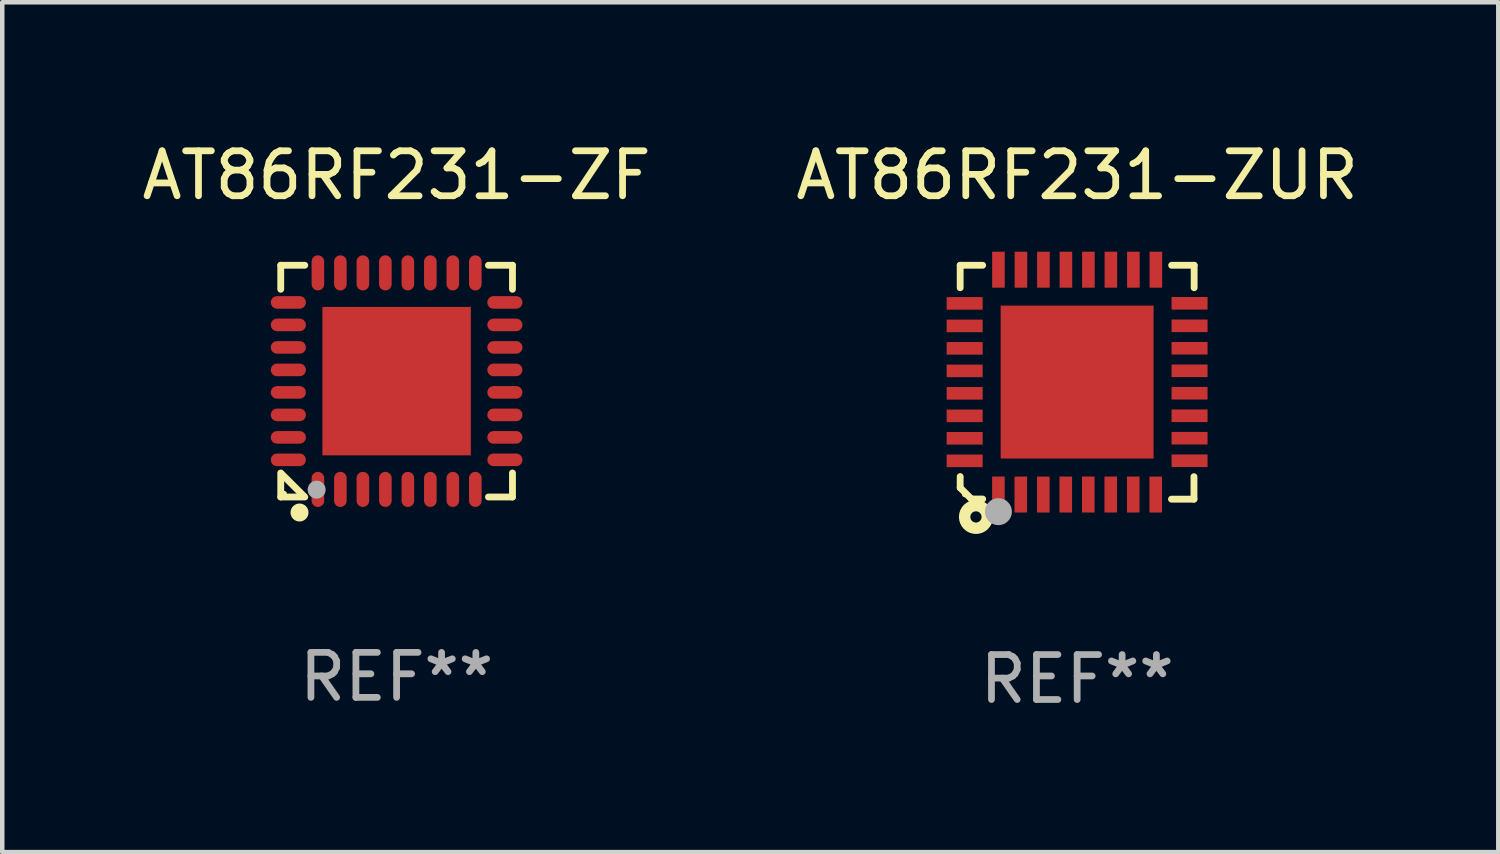
<source format=kicad_pcb>
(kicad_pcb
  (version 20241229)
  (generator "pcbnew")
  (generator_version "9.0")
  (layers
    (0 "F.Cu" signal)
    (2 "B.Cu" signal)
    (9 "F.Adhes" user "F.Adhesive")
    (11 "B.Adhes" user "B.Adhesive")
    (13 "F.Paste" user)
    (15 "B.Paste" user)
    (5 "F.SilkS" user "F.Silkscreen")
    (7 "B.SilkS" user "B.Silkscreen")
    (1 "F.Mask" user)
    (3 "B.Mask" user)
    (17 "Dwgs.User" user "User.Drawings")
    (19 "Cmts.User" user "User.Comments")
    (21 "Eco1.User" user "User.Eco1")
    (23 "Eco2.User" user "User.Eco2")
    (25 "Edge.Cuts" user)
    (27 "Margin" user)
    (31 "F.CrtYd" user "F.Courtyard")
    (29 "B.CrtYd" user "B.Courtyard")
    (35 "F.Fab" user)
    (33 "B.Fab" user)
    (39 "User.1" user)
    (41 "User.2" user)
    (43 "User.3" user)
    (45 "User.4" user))
  (footprint "AT86RF231-ZUR"
    (layer "F.Cu")
    (at 20.899 5.448)
    (property "Reference" "AT86RF231-ZUR" (at 0 -4.6 0) (layer "F.SilkS") (effects (font (size 1 1) (thickness 0.15))))
    (attr through_hole)
    (fp_line (start -2.601 2.097) (end -2.601 2.347) (stroke (width 0.152) (type solid)) (layer "F.SilkS"))
    (fp_line (start -2.601 2.347) (end -2.351 2.597) (stroke (width 0.152) (type solid)) (layer "F.SilkS"))
    (fp_line (start -2.601 -2.6) (end -2.601 -2.1) (stroke (width 0.152) (type solid)) (layer "F.SilkS"))
    (fp_line (start -2.601 -2.6) (end -2.101 -2.6) (stroke (width 0.152) (type solid)) (layer "F.SilkS"))
    (fp_line (start -2.351 2.597) (end -2.101 2.597) (stroke (width 0.152) (type solid)) (layer "F.SilkS"))
    (fp_line (start 2.597 2.6) (end 2.097 2.6) (stroke (width 0.152) (type solid)) (layer "F.SilkS"))
    (fp_line (start 2.597 2.6) (end 2.597 2.1) (stroke (width 0.152) (type solid)) (layer "F.SilkS"))
    (fp_line (start 2.601 -2.6) (end 2.101 -2.6) (stroke (width 0.152) (type solid)) (layer "F.SilkS"))
    (fp_line (start 2.601 -2.6) (end 2.601 -2.1) (stroke (width 0.152) (type solid)) (layer "F.SilkS"))
    (fp_circle (center -2.501 2.497) (end -2.471 2.497) (stroke (width 0.06) (type solid)) (fill no) (layer "F.SilkS"))
    (fp_circle (center -2.25 2.995) (end -2.125 2.995) (stroke (width 0.254) (type solid)) (fill no) (layer "F.SilkS"))
    (fp_circle (center -1.751 2.878) (end -1.601 2.878) (stroke (width 0.3) (type solid)) (fill no) (layer "F.Fab"))
    (fp_text user "REF**" (at 0 6.6 0) (layer "F.Fab") (effects (font (size 1 1) (thickness 0.15))))
    (pad "1" smd rect (at -1.751 2.497) (size 0.28 0.8) (layers "F.Cu" "F.Mask" "F.Paste"))
    (pad "2" smd rect (at -1.253 2.497) (size 0.28 0.8) (layers "F.Cu" "F.Mask" "F.Paste"))
    (pad "3" smd rect (at -0.753 2.497) (size 0.28 0.8) (layers "F.Cu" "F.Mask" "F.Paste"))
    (pad "4" smd rect (at -0.253 2.497) (size 0.28 0.8) (layers "F.Cu" "F.Mask" "F.Paste"))
    (pad "5" smd rect (at 0.247 2.497) (size 0.28 0.8) (layers "F.Cu" "F.Mask" "F.Paste"))
    (pad "6" smd rect (at 0.747 2.497) (size 0.28 0.8) (layers "F.Cu" "F.Mask" "F.Paste"))
    (pad "7" smd rect (at 1.247 2.497) (size 0.28 0.8) (layers "F.Cu" "F.Mask" "F.Paste"))
    (pad "8" smd rect (at 1.747 2.497) (size 0.28 0.8) (layers "F.Cu" "F.Mask" "F.Paste"))
    (pad "9" smd rect (at 2.499 1.746) (size 0.8 0.28) (layers "F.Cu" "F.Mask" "F.Paste"))
    (pad "10" smd rect (at 2.499 1.245) (size 0.8 0.28) (layers "F.Cu" "F.Mask" "F.Paste"))
    (pad "11" smd rect (at 2.499 0.746) (size 0.8 0.28) (layers "F.Cu" "F.Mask" "F.Paste"))
    (pad "12" smd rect (at 2.499 0.245) (size 0.8 0.28) (layers "F.Cu" "F.Mask" "F.Paste"))
    (pad "13" smd rect (at 2.499 -0.254) (size 0.8 0.28) (layers "F.Cu" "F.Mask" "F.Paste"))
    (pad "14" smd rect (at 2.499 -0.755) (size 0.8 0.28) (layers "F.Cu" "F.Mask" "F.Paste"))
    (pad "15" smd rect (at 2.499 -1.254) (size 0.8 0.28) (layers "F.Cu" "F.Mask" "F.Paste"))
    (pad "16" smd rect (at 2.499 -1.755) (size 0.8 0.28) (layers "F.Cu" "F.Mask" "F.Paste"))
    (pad "17" smd rect (at 1.75 -2.502) (size 0.28 0.8) (layers "F.Cu" "F.Mask" "F.Paste"))
    (pad "18" smd rect (at 1.25 -2.502) (size 0.28 0.8) (layers "F.Cu" "F.Mask" "F.Paste"))
    (pad "19" smd rect (at 0.75 -2.502) (size 0.28 0.8) (layers "F.Cu" "F.Mask" "F.Paste"))
    (pad "20" smd rect (at 0.25 -2.502) (size 0.28 0.8) (layers "F.Cu" "F.Mask" "F.Paste"))
    (pad "21" smd rect (at -0.25 -2.502) (size 0.28 0.8) (layers "F.Cu" "F.Mask" "F.Paste"))
    (pad "22" smd rect (at -0.75 -2.502) (size 0.28 0.8) (layers "F.Cu" "F.Mask" "F.Paste"))
    (pad "23" smd rect (at -1.25 -2.502) (size 0.28 0.8) (layers "F.Cu" "F.Mask" "F.Paste"))
    (pad "24" smd rect (at -1.75 -2.502) (size 0.28 0.8) (layers "F.Cu" "F.Mask" "F.Paste"))
    (pad "25" smd rect (at -2.501 -1.753) (size 0.8 0.28) (layers "F.Cu" "F.Mask" "F.Paste"))
    (pad "26" smd rect (at -2.501 -1.252) (size 0.8 0.28) (layers "F.Cu" "F.Mask" "F.Paste"))
    (pad "27" smd rect (at -2.501 -0.753) (size 0.8 0.28) (layers "F.Cu" "F.Mask" "F.Paste"))
    (pad "28" smd rect (at -2.501 -0.252) (size 0.8 0.28) (layers "F.Cu" "F.Mask" "F.Paste"))
    (pad "29" smd rect (at -2.501 0.247) (size 0.8 0.28) (layers "F.Cu" "F.Mask" "F.Paste"))
    (pad "30" smd rect (at -2.501 0.748) (size 0.8 0.28) (layers "F.Cu" "F.Mask" "F.Paste"))
    (pad "31" smd rect (at -2.501 1.247) (size 0.8 0.28) (layers "F.Cu" "F.Mask" "F.Paste"))
    (pad "32" smd rect (at -2.501 1.748) (size 0.8 0.28) (layers "F.Cu" "F.Mask" "F.Paste"))
    (pad "33" smd rect (at -0.001 -0.003 180) (size 3.4 3.4) (layers "F.Cu" "F.Mask" "F.Paste")))
  (footprint "AT86RF231-ZF"
    (layer "F.Cu")
    (at 5.768 5.424)
    (property "Reference" "AT86RF231-ZF" (at 0 -4.576 0) (layer "F.SilkS") (effects (font (size 1 1) (thickness 0.15))))
    (attr through_hole)
    (fp_line (start -2.576 -2.576) (end -2.576 -2.042) (stroke (width 0.152) (type solid)) (layer "F.SilkS"))
    (fp_line (start -2.576 2.576) (end -2.576 2.042) (stroke (width 0.152) (type solid)) (layer "F.SilkS"))
    (fp_line (start -2.549 2.069) (end -2.069 2.549) (stroke (width 0.152) (type solid)) (layer "F.SilkS"))
    (fp_line (start -2.042 -2.576) (end -2.576 -2.576) (stroke (width 0.152) (type solid)) (layer "F.SilkS"))
    (fp_line (start -2.042 2.576) (end -2.576 2.576) (stroke (width 0.152) (type solid)) (layer "F.SilkS"))
    (fp_line (start 2.042 -2.576) (end 2.576 -2.576) (stroke (width 0.152) (type solid)) (layer "F.SilkS"))
    (fp_line (start 2.042 2.576) (end 2.576 2.576) (stroke (width 0.152) (type solid)) (layer "F.SilkS"))
    (fp_line (start 2.576 -2.576) (end 2.576 -2.042) (stroke (width 0.152) (type solid)) (layer "F.SilkS"))
    (fp_line (start 2.576 2.576) (end 2.576 2.042) (stroke (width 0.152) (type solid)) (layer "F.SilkS"))
    (fp_circle (center -2.5 2.5) (end -2.47 2.5) (stroke (width 0.06) (type solid)) (fill no) (layer "F.SilkS"))
    (fp_circle (center -2.159 2.921) (end -2.059 2.921) (stroke (width 0.2) (type solid)) (fill no) (layer "F.SilkS"))
    (fp_circle (center -1.778 2.413) (end -1.678 2.413) (stroke (width 0.2) (type solid)) (fill no) (layer "F.Fab"))
    (fp_text user "REF**" (at 0 6.576 0) (layer "F.Fab") (effects (font (size 1 1) (thickness 0.15))))
    (pad "1" smd oval (at -1.75 2.407 90) (size 0.78 0.28) (layers "F.Cu" "F.Mask" "F.Paste"))
    (pad "2" smd oval (at -1.25 2.407 90) (size 0.78 0.28) (layers "F.Cu" "F.Mask" "F.Paste"))
    (pad "3" smd oval (at -0.75 2.407 90) (size 0.78 0.28) (layers "F.Cu" "F.Mask" "F.Paste"))
    (pad "4" smd oval (at -0.25 2.407 90) (size 0.78 0.28) (layers "F.Cu" "F.Mask" "F.Paste"))
    (pad "5" smd oval (at 0.25 2.407 90) (size 0.78 0.28) (layers "F.Cu" "F.Mask" "F.Paste"))
    (pad "6" smd oval (at 0.75 2.407 90) (size 0.78 0.28) (layers "F.Cu" "F.Mask" "F.Paste"))
    (pad "7" smd oval (at 1.25 2.407 90) (size 0.78 0.28) (layers "F.Cu" "F.Mask" "F.Paste"))
    (pad "8" smd oval (at 1.75 2.407 90) (size 0.78 0.28) (layers "F.Cu" "F.Mask" "F.Paste"))
    (pad "9" smd oval (at 2.407 1.75 90) (size 0.28 0.78) (layers "F.Cu" "F.Mask" "F.Paste"))
    (pad "10" smd oval (at 2.407 1.25 90) (size 0.28 0.78) (layers "F.Cu" "F.Mask" "F.Paste"))
    (pad "11" smd oval (at 2.407 0.75 90) (size 0.28 0.78) (layers "F.Cu" "F.Mask" "F.Paste"))
    (pad "12" smd oval (at 2.407 0.25 90) (size 0.28 0.78) (layers "F.Cu" "F.Mask" "F.Paste"))
    (pad "13" smd oval (at 2.407 -0.25 90) (size 0.28 0.78) (layers "F.Cu" "F.Mask" "F.Paste"))
    (pad "14" smd oval (at 2.407 -0.75 90) (size 0.28 0.78) (layers "F.Cu" "F.Mask" "F.Paste"))
    (pad "15" smd oval (at 2.407 -1.25 90) (size 0.28 0.78) (layers "F.Cu" "F.Mask" "F.Paste"))
    (pad "16" smd oval (at 2.407 -1.75 90) (size 0.28 0.78) (layers "F.Cu" "F.Mask" "F.Paste"))
    (pad "17" smd oval (at 1.75 -2.407 90) (size 0.78 0.28) (layers "F.Cu" "F.Mask" "F.Paste"))
    (pad "18" smd oval (at 1.25 -2.407 90) (size 0.78 0.28) (layers "F.Cu" "F.Mask" "F.Paste"))
    (pad "19" smd oval (at 0.75 -2.407 90) (size 0.78 0.28) (layers "F.Cu" "F.Mask" "F.Paste"))
    (pad "20" smd oval (at 0.25 -2.407 90) (size 0.78 0.28) (layers "F.Cu" "F.Mask" "F.Paste"))
    (pad "21" smd oval (at -0.25 -2.407 90) (size 0.78 0.28) (layers "F.Cu" "F.Mask" "F.Paste"))
    (pad "22" smd oval (at -0.75 -2.407 90) (size 0.78 0.28) (layers "F.Cu" "F.Mask" "F.Paste"))
    (pad "23" smd oval (at -1.25 -2.407 90) (size 0.78 0.28) (layers "F.Cu" "F.Mask" "F.Paste"))
    (pad "24" smd oval (at -1.75 -2.407 90) (size 0.78 0.28) (layers "F.Cu" "F.Mask" "F.Paste"))
    (pad "25" smd oval (at -2.407 -1.75 90) (size 0.28 0.78) (layers "F.Cu" "F.Mask" "F.Paste"))
    (pad "26" smd oval (at -2.407 -1.25 90) (size 0.28 0.78) (layers "F.Cu" "F.Mask" "F.Paste"))
    (pad "27" smd oval (at -2.407 -0.75 90) (size 0.28 0.78) (layers "F.Cu" "F.Mask" "F.Paste"))
    (pad "28" smd oval (at -2.407 -0.25 90) (size 0.28 0.78) (layers "F.Cu" "F.Mask" "F.Paste"))
    (pad "29" smd oval (at -2.407 0.25 90) (size 0.28 0.78) (layers "F.Cu" "F.Mask" "F.Paste"))
    (pad "30" smd oval (at -2.407 0.75 90) (size 0.28 0.78) (layers "F.Cu" "F.Mask" "F.Paste"))
    (pad "31" smd oval (at -2.407 1.25 90) (size 0.28 0.78) (layers "F.Cu" "F.Mask" "F.Paste"))
    (pad "32" smd oval (at -2.407 1.75 90) (size 0.28 0.78) (layers "F.Cu" "F.Mask" "F.Paste"))
    (pad "33" smd rect (at 0 0 90) (size 3.3 3.3) (layers "F.Cu" "F.Mask" "F.Paste")))
  (gr_rect
    (start -3 -3)
    (end 30.262 15.896)
    (stroke (width 0.1) (type default))
    (fill no)
    (layer "Edge.Cuts")))
</source>
